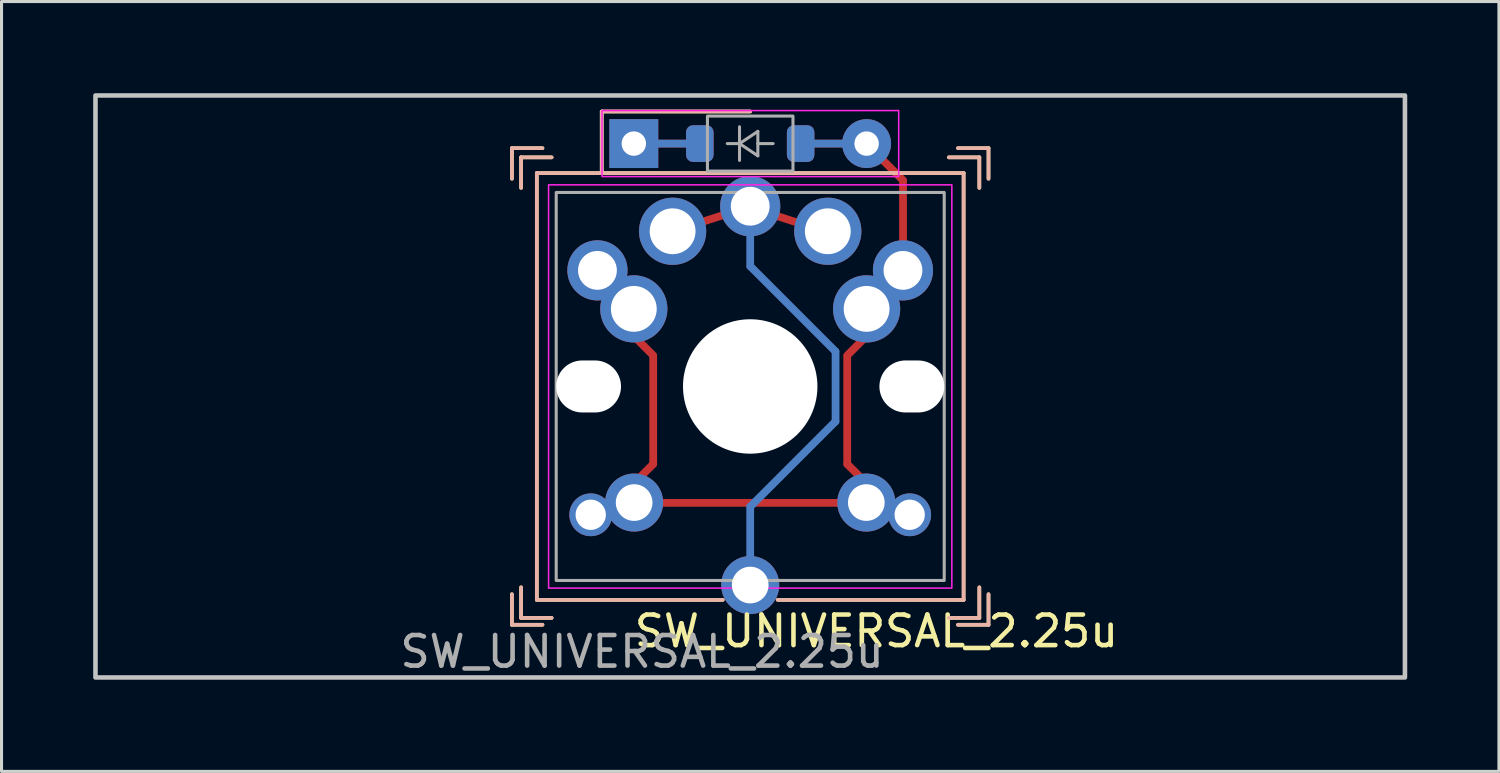
<source format=kicad_pcb>
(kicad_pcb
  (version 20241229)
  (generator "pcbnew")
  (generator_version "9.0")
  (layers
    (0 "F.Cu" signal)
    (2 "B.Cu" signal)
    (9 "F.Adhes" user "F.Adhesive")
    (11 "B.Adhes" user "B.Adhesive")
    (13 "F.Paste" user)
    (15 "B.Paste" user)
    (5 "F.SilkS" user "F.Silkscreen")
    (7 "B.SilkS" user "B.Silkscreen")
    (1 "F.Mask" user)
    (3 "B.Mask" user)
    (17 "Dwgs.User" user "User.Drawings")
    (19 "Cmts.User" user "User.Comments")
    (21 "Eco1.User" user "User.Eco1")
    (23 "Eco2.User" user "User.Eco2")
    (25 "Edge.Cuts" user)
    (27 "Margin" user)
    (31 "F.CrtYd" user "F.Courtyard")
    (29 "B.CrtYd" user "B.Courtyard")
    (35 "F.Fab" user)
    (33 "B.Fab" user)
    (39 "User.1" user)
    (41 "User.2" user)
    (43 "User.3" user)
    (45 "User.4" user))
  (footprint "SW_UNIVERSAL_2.25u"
    (layer "F.Cu")
    (at 21.506 9.6)
    (property "Reference" "SW_UNIVERSAL_2.25u" (at 4.13 8.01 0) (layer "F.SilkS") (effects (font (size 1 1) (thickness 0.15))))
    (attr through_hole)
    (fp_line (start -7.8 -7.8) (end -7.8 -6.8) (stroke (width 0.12) (type default)) (layer "F.SilkS"))
    (fp_line (start -7.8 -7.8) (end -6.8 -7.8) (stroke (width 0.12) (type default)) (layer "F.SilkS"))
    (fp_line (start -7.8 7.8) (end -7.8 6.8) (stroke (width 0.12) (type default)) (layer "F.SilkS"))
    (fp_line (start -7.8 7.8) (end -6.8 7.8) (stroke (width 0.12) (type default)) (layer "F.SilkS"))
    (fp_line (start -7.5 -7.5) (end -7.5 -6.5) (stroke (width 0.12) (type default)) (layer "F.SilkS"))
    (fp_line (start -7.5 -7.5) (end -6.5 -7.5) (stroke (width 0.12) (type default)) (layer "F.SilkS"))
    (fp_line (start -7.5 7.575) (end -7.5 6.575) (stroke (width 0.12) (type default)) (layer "F.SilkS"))
    (fp_line (start -7.5 7.575) (end -6.5 7.575) (stroke (width 0.12) (type default)) (layer "F.SilkS"))
    (fp_line (start -6.985 -6.985) (end 6.985 -6.985) (stroke (width 0.12) (type solid)) (layer "F.SilkS"))
    (fp_line (start -6.985 6.985) (end -6.985 -6.985) (stroke (width 0.12) (type solid)) (layer "F.SilkS"))
    (fp_line (start -4.86 -9) (end 0 -9) (stroke (width 0.12) (type default)) (layer "F.SilkS"))
    (fp_line (start -4.86 -7) (end -4.86 -9) (stroke (width 0.12) (type default)) (layer "F.SilkS"))
    (fp_line (start -0.9 6.985) (end -6.985 6.985) (stroke (width 0.12) (type solid)) (layer "F.SilkS"))
    (fp_line (start 6.985 -6.985) (end 6.985 6.985) (stroke (width 0.12) (type default)) (layer "F.SilkS"))
    (fp_line (start 6.985 6.985) (end 0.9 6.985) (stroke (width 0.12) (type default)) (layer "F.SilkS"))
    (fp_line (start 7.5 -7.5) (end 6.5 -7.5) (stroke (width 0.12) (type default)) (layer "F.SilkS"))
    (fp_line (start 7.5 -7.5) (end 7.5 -6.5) (stroke (width 0.12) (type default)) (layer "F.SilkS"))
    (fp_line (start 7.5 7.575) (end 6.5 7.575) (stroke (width 0.12) (type default)) (layer "F.SilkS"))
    (fp_line (start 7.5 7.575) (end 7.5 6.575) (stroke (width 0.12) (type default)) (layer "F.SilkS"))
    (fp_line (start 7.8 -7.8) (end 6.8 -7.8) (stroke (width 0.12) (type default)) (layer "F.SilkS"))
    (fp_line (start 7.8 -7.8) (end 7.8 -6.8) (stroke (width 0.12) (type default)) (layer "F.SilkS"))
    (fp_line (start 7.8 7.8) (end 6.8 7.8) (stroke (width 0.12) (type default)) (layer "F.SilkS"))
    (fp_line (start 7.8 7.8) (end 7.8 6.8) (stroke (width 0.12) (type default)) (layer "F.SilkS"))
    (fp_line (start -7.8 -6.8) (end -7.8 -7.8) (stroke (width 0.12) (type default)) (layer "B.SilkS"))
    (fp_line (start -7.8 6.8) (end -7.8 7.8) (stroke (width 0.12) (type default)) (layer "B.SilkS"))
    (fp_line (start -7.5 -6.5) (end -7.5 -7.5) (stroke (width 0.12) (type default)) (layer "B.SilkS"))
    (fp_line (start -7.5 6.575) (end -7.5 7.575) (stroke (width 0.12) (type default)) (layer "B.SilkS"))
    (fp_line (start -6.985 -6.985) (end 6.985 -6.985) (stroke (width 0.12) (type solid)) (layer "B.SilkS"))
    (fp_line (start -6.985 6.985) (end -6.985 -6.985) (stroke (width 0.12) (type default)) (layer "B.SilkS"))
    (fp_line (start -6.8 -7.8) (end -7.8 -7.8) (stroke (width 0.12) (type default)) (layer "B.SilkS"))
    (fp_line (start -6.8 7.8) (end -7.8 7.8) (stroke (width 0.12) (type default)) (layer "B.SilkS"))
    (fp_line (start -6.5 -7.5) (end -7.5 -7.5) (stroke (width 0.12) (type default)) (layer "B.SilkS"))
    (fp_line (start -6.5 7.575) (end -7.5 7.575) (stroke (width 0.12) (type default)) (layer "B.SilkS"))
    (fp_line (start -4.86 -7) (end -4.86 -9) (stroke (width 0.12) (type default)) (layer "B.SilkS"))
    (fp_line (start -0.9 6.985) (end -6.985 6.985) (stroke (width 0.12) (type default)) (layer "B.SilkS"))
    (fp_line (start 0 -9) (end -4.86 -9) (stroke (width 0.12) (type default)) (layer "B.SilkS"))
    (fp_line (start 6.5 -7.5) (end 7.5 -7.5) (stroke (width 0.12) (type default)) (layer "B.SilkS"))
    (fp_line (start 6.5 7.575) (end 7.5 7.575) (stroke (width 0.12) (type default)) (layer "B.SilkS"))
    (fp_line (start 6.8 -7.8) (end 7.8 -7.8) (stroke (width 0.12) (type default)) (layer "B.SilkS"))
    (fp_line (start 6.8 7.8) (end 7.8 7.8) (stroke (width 0.12) (type default)) (layer "B.SilkS"))
    (fp_line (start 6.985 -6.985) (end 6.985 6.985) (stroke (width 0.12) (type solid)) (layer "B.SilkS"))
    (fp_line (start 6.985 6.985) (end 0.9 6.985) (stroke (width 0.12) (type solid)) (layer "B.SilkS"))
    (fp_line (start 7.5 -6.5) (end 7.5 -7.5) (stroke (width 0.12) (type default)) (layer "B.SilkS"))
    (fp_line (start 7.5 6.575) (end 7.5 7.575) (stroke (width 0.12) (type default)) (layer "B.SilkS"))
    (fp_line (start 7.8 -6.8) (end 7.8 -7.8) (stroke (width 0.12) (type default)) (layer "B.SilkS"))
    (fp_line (start 7.8 6.8) (end 7.8 7.8) (stroke (width 0.12) (type default)) (layer "B.SilkS"))
    (fp_rect (start -21.431 -9.525) (end 21.431 9.525) (stroke (width 0.15) (type solid)) (fill no) (layer "Dwgs.User"))
    (fp_rect (start -6.6 -6.6) (end 6.6 6.6) (stroke (width 0.05) (type solid)) (fill no) (layer "F.CrtYd"))
    (fp_rect (start -4.85 -9.03) (end 4.86 -6.87) (stroke (width 0.05) (type solid)) (fill no) (layer "F.CrtYd"))
    (fp_line (start -0.75 -7.95) (end -0.35 -7.95) (stroke (width 0.1) (type solid)) (layer "F.Fab"))
    (fp_line (start -0.35 -7.95) (end -0.35 -8.5) (stroke (width 0.1) (type solid)) (layer "F.Fab"))
    (fp_line (start -0.35 -7.95) (end -0.35 -7.4) (stroke (width 0.1) (type solid)) (layer "F.Fab"))
    (fp_line (start -0.35 -7.95) (end 0.25 -8.35) (stroke (width 0.1) (type solid)) (layer "F.Fab"))
    (fp_line (start 0.25 -8.35) (end 0.25 -7.55) (stroke (width 0.1) (type solid)) (layer "F.Fab"))
    (fp_line (start 0.25 -7.95) (end 0.75 -7.95) (stroke (width 0.1) (type solid)) (layer "F.Fab"))
    (fp_line (start 0.25 -7.55) (end -0.35 -7.95) (stroke (width 0.1) (type solid)) (layer "F.Fab"))
    (fp_rect (start -6.35 -6.35) (end 6.35 6.35) (stroke (width 0.1) (type solid)) (fill no) (layer "F.Fab"))
    (fp_rect (start -1.4 -8.85) (end 1.4 -7.05) (stroke (width 0.1) (type solid)) (fill no) (layer "F.Fab"))
    (fp_line (start -8.5 -4) (end -8.5 -8.5) (stroke (width 0.12) (type default)) (layer "User.1"))
    (fp_line (start -8.5 4) (end -8.5 8.5) (stroke (width 0.12) (type default)) (layer "User.1"))
    (fp_line (start -7 -7) (end -7 -4) (stroke (width 0.12) (type default)) (layer "User.1"))
    (fp_line (start -7 -7) (end -5 -7) (stroke (width 0.12) (type default)) (layer "User.1"))
    (fp_line (start -7 -4) (end -8.5 -4) (stroke (width 0.12) (type default)) (layer "User.1"))
    (fp_line (start -7 4) (end -8.5 4) (stroke (width 0.12) (type default)) (layer "User.1"))
    (fp_line (start -7 7) (end -7 4) (stroke (width 0.12) (type default)) (layer "User.1"))
    (fp_line (start -7 7) (end -4 7) (stroke (width 0.12) (type default)) (layer "User.1"))
    (fp_line (start -5 -8.5) (end -8.5 -8.5) (stroke (width 0.12) (type default)) (layer "User.1"))
    (fp_line (start -5 -7) (end -5 -8.5) (stroke (width 0.12) (type default)) (layer "User.1"))
    (fp_line (start -4 7) (end -4 8.5) (stroke (width 0.12) (type default)) (layer "User.1"))
    (fp_line (start -4 8.5) (end -8.5 8.5) (stroke (width 0.12) (type default)) (layer "User.1"))
    (fp_line (start 4 7) (end 4 8.5) (stroke (width 0.12) (type default)) (layer "User.1"))
    (fp_line (start 4 8.5) (end 8.5 8.5) (stroke (width 0.12) (type default)) (layer "User.1"))
    (fp_line (start 5 -8.5) (end 8.5 -8.5) (stroke (width 0.12) (type default)) (layer "User.1"))
    (fp_line (start 5 -7) (end 5 -8.5) (stroke (width 0.12) (type default)) (layer "User.1"))
    (fp_line (start 7 -7) (end 5 -7) (stroke (width 0.12) (type default)) (layer "User.1"))
    (fp_line (start 7 -7) (end 7 -4) (stroke (width 0.12) (type default)) (layer "User.1"))
    (fp_line (start 7 -4) (end 8.5 -4) (stroke (width 0.12) (type default)) (layer "User.1"))
    (fp_line (start 7 4) (end 8.5 4) (stroke (width 0.12) (type default)) (layer "User.1"))
    (fp_line (start 7 7) (end 4 7) (stroke (width 0.12) (type default)) (layer "User.1"))
    (fp_line (start 7 7) (end 7 4) (stroke (width 0.12) (type default)) (layer "User.1"))
    (fp_line (start 8.5 -4) (end 8.5 -8.5) (stroke (width 0.12) (type default)) (layer "User.1"))
    (fp_line (start 8.5 4) (end 8.5 8.5) (stroke (width 0.12) (type default)) (layer "User.1"))
    (fp_rect (start -7 -9) (end 7 7) (stroke (width 0.12) (type default)) (fill no) (layer "User.2"))
    (fp_rect (start -7 -7) (end 7 7) (stroke (width 0.12) (type default)) (fill no) (layer "User.3"))
    (fp_text user "${REFERENCE}" (at -3.54 8.68 0) (layer "F.Fab") (effects (font (size 1 1) (thickness 0.15))))
    (pad "" np_thru_hole oval (at -5.29 0 180) (size 2.122 1.702) (drill oval 2.122 1.702) (layers "*.Cu" "*.Mask"))
    (pad "" np_thru_hole circle (at 0 0) (size 4.4 4.4) (drill 4.4) (layers "*.Cu" "*.Mask"))
    (pad "" np_thru_hole oval (at 5.29 0 180) (size 2.122 1.702) (drill oval 2.122 1.702) (layers "*.Cu" "*.Mask"))
    (pad "1" thru_hole circle (at -2.54 -5.08) (size 2.2 2.2) (drill 1.5) (layers "*.Cu" "*.Mask"))
    (pad "1" smd roundrect (at -1.3 -5.475 107.9) (size 0.254 1.333) (layers "F.Cu") (roundrect_rratio 0.164))
    (pad "1" smd roundrect (at -0.000001 4.826) (size 0.254 2.032) (layers "B.Cu") (roundrect_rratio 0.5))
    (pad "1" thru_hole circle (at 0 -5.9 180) (size 1.97 1.97) (drill 1.27) (layers "*.Cu" "*.Mask"))
    (pad "1" smd roundrect (at 0 -4.78) (size 0.254 1.939) (layers "B.Cu") (roundrect_rratio 0.5))
    (pad "1" thru_hole circle (at 0 6.5) (size 1.9 1.9) (drill 1.2) (layers "*.Cu" "*.Mask"))
    (pad "1" smd roundrect (at 1.2 -5.475 72.1) (size 0.254 1.333) (layers "F.Cu") (roundrect_rratio 0.164))
    (pad "1" smd roundrect (at 1.397 -2.54 225) (size 0.254 4.194) (layers "B.Cu") (roundrect_rratio 0.5))
    (pad "1" smd roundrect (at 1.397 2.54 315) (size 0.254 4.194) (layers "B.Cu") (roundrect_rratio 0.5))
    (pad "1" thru_hole circle (at 2.54 -5.08) (size 2.2 2.2) (drill 1.5) (layers "*.Cu" "*.Mask"))
    (pad "1" smd roundrect (at 2.794 0) (size 0.254 2.54) (layers "B.Cu") (roundrect_rratio 0.5))
    (pad "2" thru_hole rect (at -3.81 -7.95 90) (size 1.6 1.6) (drill 0.8) (layers "*.Cu" "*.Mask"))
    (pad "2" smd roundrect (at -2.6 -7.95 270) (size 0.254 1.333) (layers "F.Cu") (roundrect_rratio 0.164))
    (pad "2" smd roundrect (at -2.6 -7.95 270) (size 0.254 1.333) (layers "B.Cu") (roundrect_rratio 0.164))
    (pad "2" smd roundrect (at -1.65 -7.95) (size 0.9 1.2) (layers "F.Cu" "F.Mask" "F.Paste") (roundrect_rratio 0.25))
    (pad "2" smd roundrect (at -1.65 -7.95 180) (size 0.9 1.2) (layers "B.Cu" "B.Mask" "B.Paste") (roundrect_rratio 0.25))
    (pad "3" thru_hole circle (at -5.22 4.2 180) (size 1.4 1.4) (drill 0.991) (layers "*.Cu" "*.Mask"))
    (pad "3" thru_hole circle (at -5 -3.8 180) (size 1.97 1.97) (drill 1.27) (layers "*.Cu" "*.Mask"))
    (pad "3" thru_hole circle (at -3.81 -2.54) (size 2.2 2.2) (drill 1.5) (layers "*.Cu" "*.Mask"))
    (pad "3" thru_hole circle (at -3.8 3.8) (size 1.9 1.9) (drill 1.2) (layers "*.Cu" "*.Mask"))
    (pad "3" smd roundrect (at -3.429 -1.27 45) (size 0.254 0.97) (layers "F.Cu") (roundrect_rratio 0.5))
    (pad "3" smd roundrect (at -3.429 2.794 135) (size 0.254 0.97) (layers "F.Cu") (roundrect_rratio 0.5))
    (pad "3" smd roundrect (at -3.175 0.774) (size 0.254 3.785) (layers "F.Cu") (roundrect_rratio 0.5))
    (pad "3" smd roundrect (at -0.000002 3.81 90) (size 0.254 6.096) (layers "F.Cu") (roundrect_rratio 0.164))
    (pad "3" smd roundrect (at 1.65 -7.95) (size 0.9 1.2) (layers "F.Cu" "F.Mask" "F.Paste") (roundrect_rratio 0.25))
    (pad "3" smd roundrect (at 1.651 -7.95 180) (size 0.9 1.2) (layers "B.Cu" "B.Mask" "B.Paste") (roundrect_rratio 0.25))
    (pad "3" smd roundrect (at 2.5 -7.95 270) (size 0.254 1.333) (layers "F.Cu") (roundrect_rratio 0.164))
    (pad "3" smd roundrect (at 2.5 -7.95 270) (size 0.254 1.333) (layers "B.Cu") (roundrect_rratio 0.164))
    (pad "3" smd roundrect (at 3.175 0.774) (size 0.254 3.785) (layers "F.Cu") (roundrect_rratio 0.5))
    (pad "3" smd roundrect (at 3.429 -1.27 315) (size 0.254 0.97) (layers "F.Cu") (roundrect_rratio 0.5))
    (pad "3" smd roundrect (at 3.429 2.794 225) (size 0.254 0.97) (layers "F.Cu") (roundrect_rratio 0.5))
    (pad "3" thru_hole circle (at 3.8 3.8) (size 1.9 1.9) (drill 1.2) (layers "*.Cu" "*.Mask"))
    (pad "3" thru_hole oval (at 3.81 -7.95) (size 1.6 1.6) (drill 0.8) (layers "*.Cu" "*.Mask"))
    (pad "3" thru_hole circle (at 3.81 -2.54) (size 2.2 2.2) (drill 1.5) (layers "*.Cu" "*.Mask"))
    (pad "3" smd roundrect (at 4.3 -7.45 45) (size 0.254 2.24) (layers "F.Cu") (roundrect_rratio 0.5))
    (pad "3" thru_hole circle (at 5 -3.8 180) (size 1.97 1.97) (drill 1.27) (layers "*.Cu" "*.Mask"))
    (pad "3" smd roundrect (at 5.002 -5.52 180) (size 0.254 2.7) (layers "F.Cu") (roundrect_rratio 0.5))
    (pad "3" thru_hole circle (at 5.22 4.2 180) (size 1.4 1.4) (drill 0.991) (layers "*.Cu" "*.Mask")))
  (gr_rect
    (start -3 -3)
    (end 46.013 22.2)
    (stroke (width 0.1) (type default))
    (fill no)
    (layer "Edge.Cuts")))
</source>
